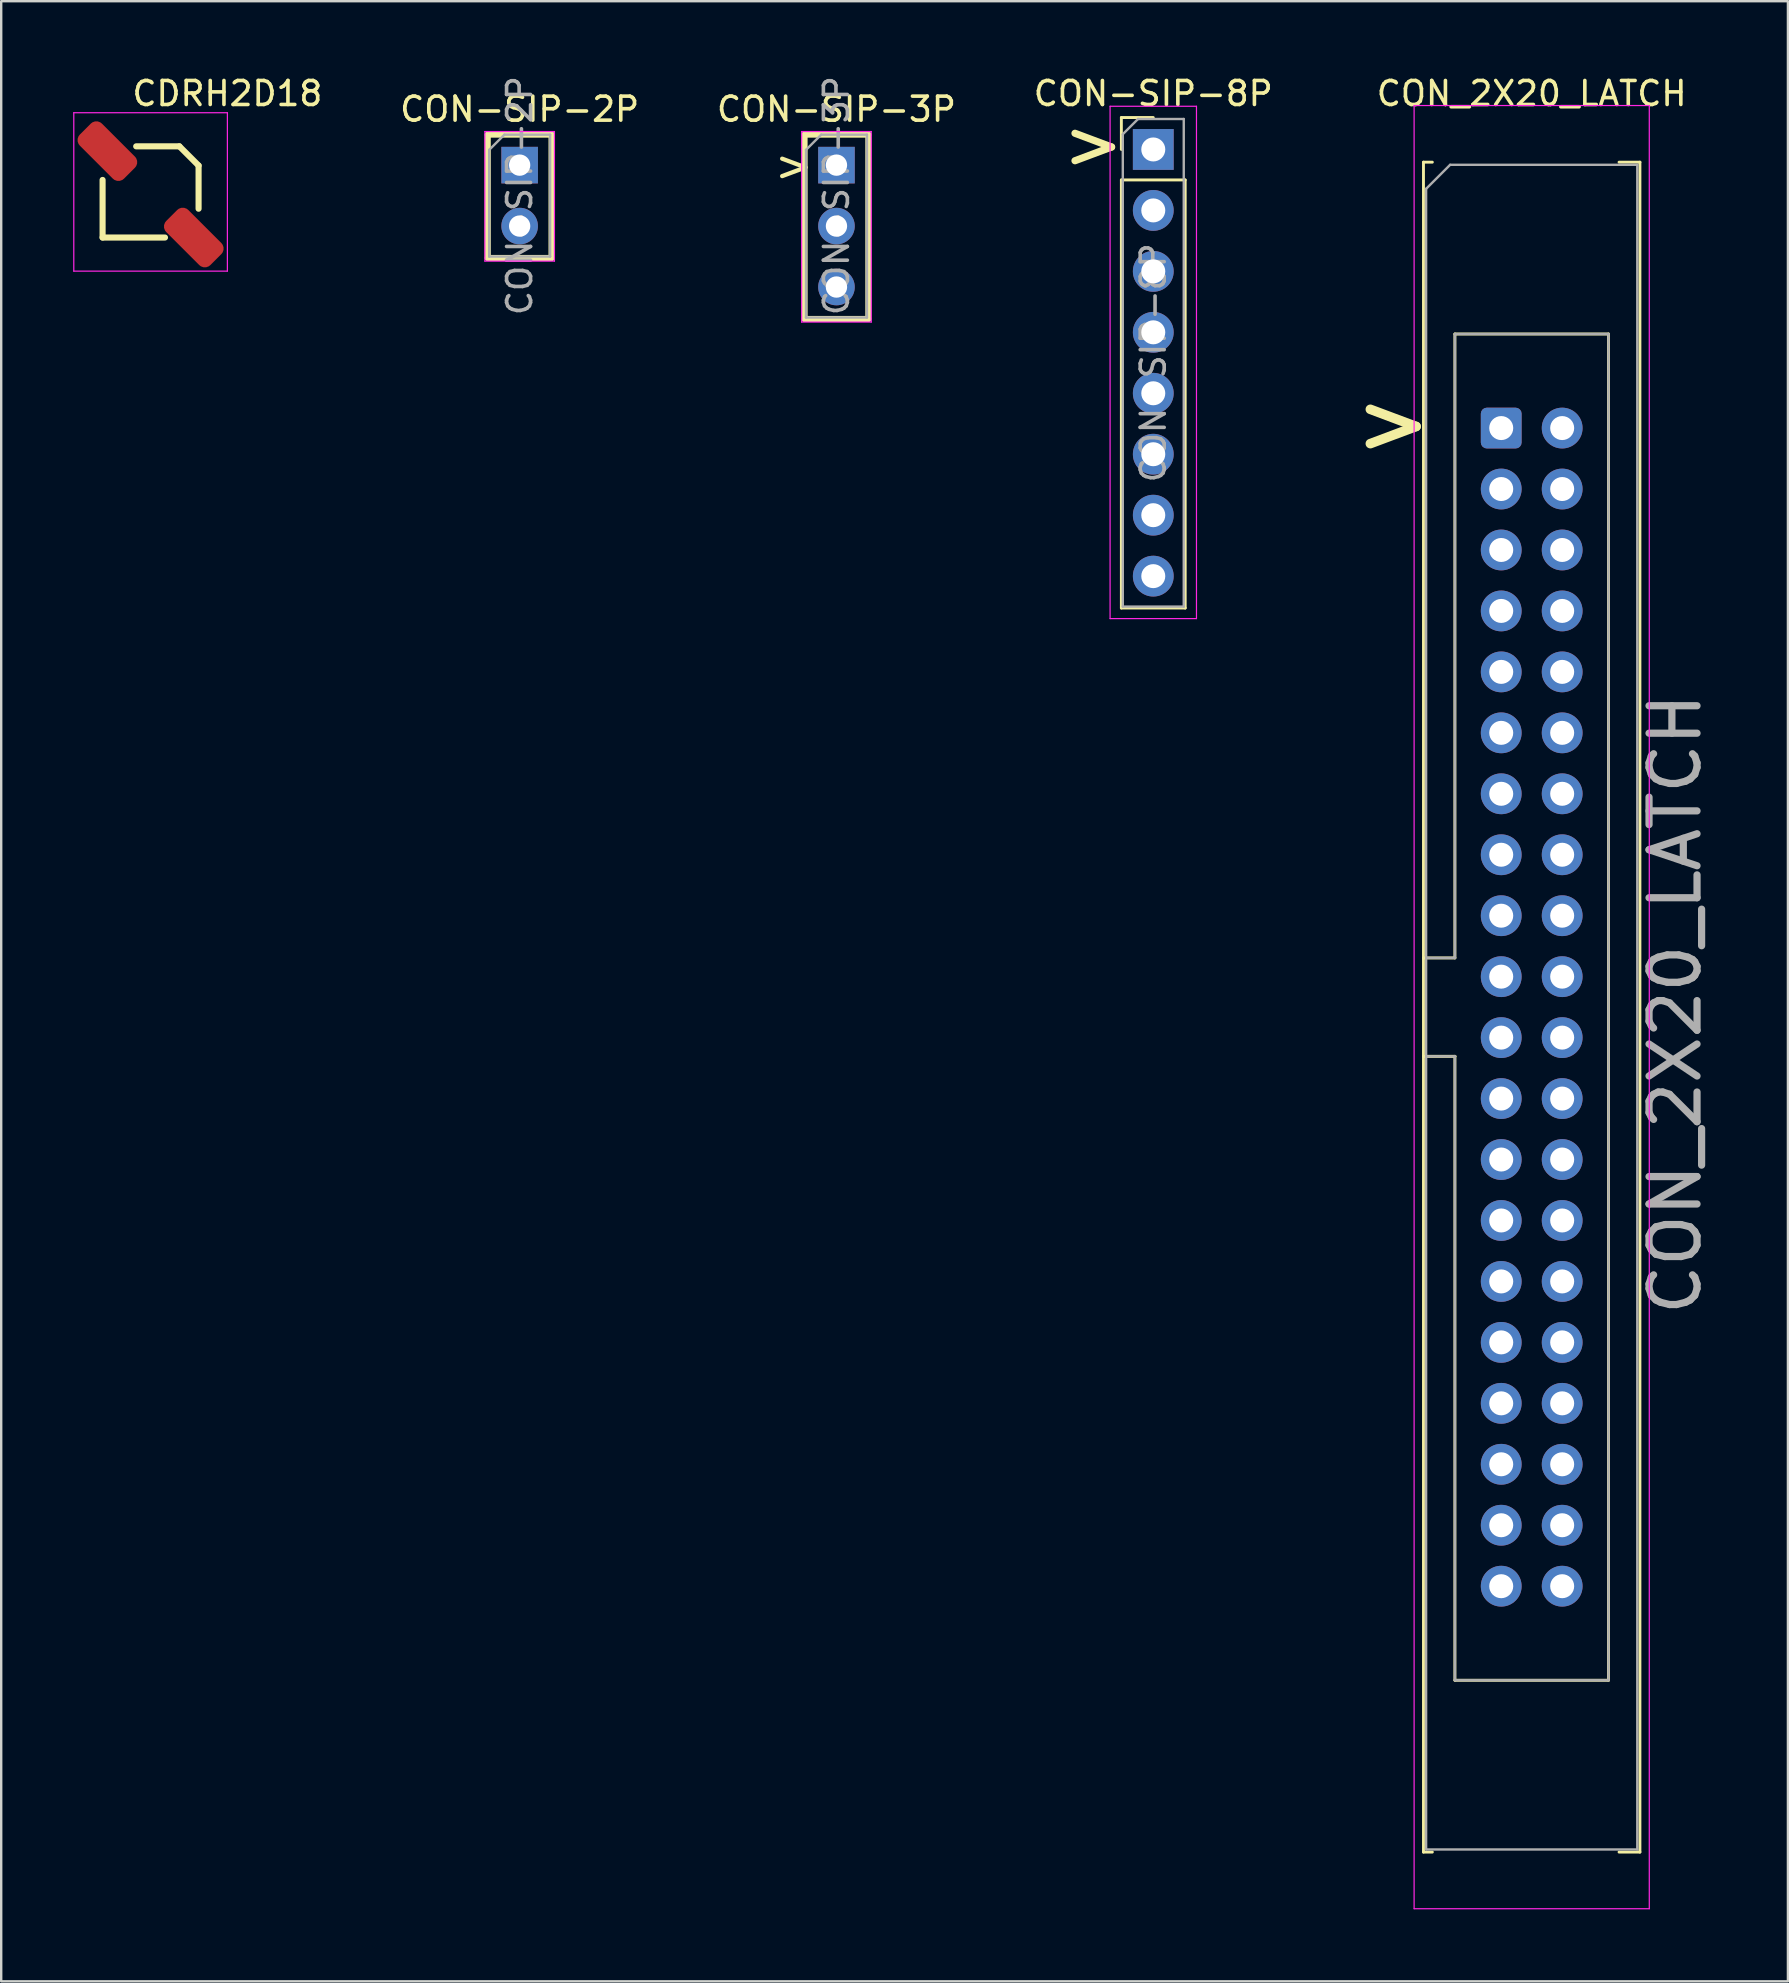
<source format=kicad_pcb>
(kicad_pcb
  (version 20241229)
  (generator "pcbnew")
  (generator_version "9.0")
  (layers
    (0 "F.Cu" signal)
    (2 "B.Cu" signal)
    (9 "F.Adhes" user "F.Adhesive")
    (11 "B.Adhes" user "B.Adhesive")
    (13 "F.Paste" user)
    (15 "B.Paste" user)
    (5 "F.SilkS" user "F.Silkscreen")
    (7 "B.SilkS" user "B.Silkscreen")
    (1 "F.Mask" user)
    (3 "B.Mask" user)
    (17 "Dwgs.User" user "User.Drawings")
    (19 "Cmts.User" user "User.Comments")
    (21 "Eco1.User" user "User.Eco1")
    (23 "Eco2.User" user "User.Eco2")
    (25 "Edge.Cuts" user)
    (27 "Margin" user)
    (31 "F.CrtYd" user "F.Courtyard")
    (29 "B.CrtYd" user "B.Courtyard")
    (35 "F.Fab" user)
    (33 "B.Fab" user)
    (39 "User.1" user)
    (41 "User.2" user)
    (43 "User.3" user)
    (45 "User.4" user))
  (footprint "CON-SIP-8P"
    (layer "F.Cu")
    (at 45.008 3.178)
    (property "Reference" "CON-SIP-8P" (at 0 -2.33 0) (layer "F.SilkS") (effects (font (size 1 1) (thickness 0.15))))
    (attr through_hole)
    (fp_line (start -1.33 -1.33) (end 0 -1.33) (stroke (width 0.12) (type solid)) (layer "F.SilkS"))
    (fp_line (start -1.33 0) (end -1.33 -1.33) (stroke (width 0.12) (type solid)) (layer "F.SilkS"))
    (fp_line (start -1.33 1.27) (end -1.33 19.11) (stroke (width 0.12) (type solid)) (layer "F.SilkS"))
    (fp_line (start -1.33 1.27) (end 1.33 1.27) (stroke (width 0.12) (type solid)) (layer "F.SilkS"))
    (fp_line (start -1.33 19.11) (end 1.33 19.11) (stroke (width 0.12) (type solid)) (layer "F.SilkS"))
    (fp_line (start 1.33 1.27) (end 1.33 19.11) (stroke (width 0.12) (type solid)) (layer "F.SilkS"))
    (fp_line (start -1.8 -1.8) (end -1.8 19.55) (stroke (width 0.05) (type solid)) (layer "F.CrtYd"))
    (fp_line (start -1.8 19.55) (end 1.8 19.55) (stroke (width 0.05) (type solid)) (layer "F.CrtYd"))
    (fp_line (start 1.8 -1.8) (end -1.8 -1.8) (stroke (width 0.05) (type solid)) (layer "F.CrtYd"))
    (fp_line (start 1.8 19.55) (end 1.8 -1.8) (stroke (width 0.05) (type solid)) (layer "F.CrtYd"))
    (fp_line (start -1.27 -0.635) (end -0.635 -1.27) (stroke (width 0.1) (type solid)) (layer "F.Fab"))
    (fp_line (start -1.27 19.05) (end -1.27 -0.635) (stroke (width 0.1) (type solid)) (layer "F.Fab"))
    (fp_line (start -0.635 -1.27) (end 1.27 -1.27) (stroke (width 0.1) (type solid)) (layer "F.Fab"))
    (fp_line (start 1.27 -1.27) (end 1.27 19.05) (stroke (width 0.1) (type solid)) (layer "F.Fab"))
    (fp_line (start 1.27 19.05) (end -1.27 19.05) (stroke (width 0.1) (type solid)) (layer "F.Fab"))
    (fp_text user ">" (at -2.5 -0.25 0) (unlocked yes) (layer "F.SilkS") (effects (font (size 2 2) (thickness 0.3))))
    (fp_text user "${REFERENCE}" (at 0 8.89 90) (layer "F.Fab") (effects (font (size 1 1) (thickness 0.15))))
    (pad "1" thru_hole rect (at 0 0) (size 1.7 1.7) (drill 1) (layers "*.Cu" "*.Mask"))
    (pad "2" thru_hole oval (at 0 2.54) (size 1.7 1.7) (drill 1) (layers "*.Cu" "*.Mask"))
    (pad "3" thru_hole oval (at 0 5.08) (size 1.7 1.7) (drill 1) (layers "*.Cu" "*.Mask"))
    (pad "4" thru_hole oval (at 0 7.62) (size 1.7 1.7) (drill 1) (layers "*.Cu" "*.Mask"))
    (pad "5" thru_hole oval (at 0 10.16) (size 1.7 1.7) (drill 1) (layers "*.Cu" "*.Mask"))
    (pad "6" thru_hole oval (at 0 12.7) (size 1.7 1.7) (drill 1) (layers "*.Cu" "*.Mask"))
    (pad "7" thru_hole oval (at 0 15.24) (size 1.7 1.7) (drill 1) (layers "*.Cu" "*.Mask"))
    (pad "8" thru_hole oval (at 0 17.78) (size 1.7 1.7) (drill 1) (layers "*.Cu" "*.Mask")))
  (footprint "CON-SIP-2P"
    (layer "F.Cu")
    (at 18.604 3.831)
    (property "Reference" "CON-SIP-2P" (at 0 -2.33 0) (layer "F.SilkS") (effects (font (size 1 1) (thickness 0.15))))
    (attr through_hole)
    (fp_line (start -1.33 -1.27) (end -1.33 3.87) (stroke (width 0.254) (type solid)) (layer "F.SilkS"))
    (fp_line (start -1.33 -1.27) (end 1.33 -1.27) (stroke (width 0.254) (type solid)) (layer "F.SilkS"))
    (fp_line (start -1.33 3.87) (end 1.33 3.87) (stroke (width 0.254) (type solid)) (layer "F.SilkS"))
    (fp_line (start 1.33 -1.27) (end 1.33 3.87) (stroke (width 0.254) (type solid)) (layer "F.SilkS"))
    (fp_line (start -1.45 -1.4) (end -1.45 4) (stroke (width 0.05) (type solid)) (layer "F.CrtYd"))
    (fp_line (start -1.45 4) (end 1.45 4) (stroke (width 0.05) (type solid)) (layer "F.CrtYd"))
    (fp_line (start 1.45 -1.4) (end -1.45 -1.4) (stroke (width 0.05) (type solid)) (layer "F.CrtYd"))
    (fp_line (start 1.45 4) (end 1.45 -1.4) (stroke (width 0.05) (type solid)) (layer "F.CrtYd"))
    (fp_line (start -1.27 -0.635) (end -0.635 -1.27) (stroke (width 0.1) (type solid)) (layer "F.Fab"))
    (fp_line (start -1.27 3.81) (end -1.27 -0.635) (stroke (width 0.1) (type solid)) (layer "F.Fab"))
    (fp_line (start -0.635 -1.27) (end 1.27 -1.27) (stroke (width 0.1) (type solid)) (layer "F.Fab"))
    (fp_line (start 1.27 -1.27) (end 1.27 3.81) (stroke (width 0.1) (type solid)) (layer "F.Fab"))
    (fp_line (start 1.27 3.81) (end -1.27 3.81) (stroke (width 0.1) (type solid)) (layer "F.Fab"))
    (fp_text user "${REFERENCE}" (at 0 1.27 90) (layer "F.Fab") (effects (font (size 1 1) (thickness 0.15))))
    (pad "1" thru_hole rect (at 0 0) (size 1.524 1.524) (drill 0.889) (layers "*.Cu" "*.Mask"))
    (pad "2" thru_hole oval (at 0 2.54) (size 1.524 1.524) (drill 0.889) (layers "*.Cu" "*.Mask")))
  (footprint "CDRH2D18"
    (layer "F.Cu")
    (at 5.825 9.248)
    (property "Reference" "CDRH2D18" (at 0.6 -8.4 0) (unlocked yes) (layer "F.SilkS") (effects (font (size 1 1) (thickness 0.15))))
    (attr smd)
    (fp_line (start -4.6 -4.8) (end -4.6 -2.4) (stroke (width 0.254) (type solid)) (layer "F.SilkS"))
    (fp_line (start -4.6 -2.4) (end -2 -2.4) (stroke (width 0.254) (type solid)) (layer "F.SilkS"))
    (fp_line (start -1.4 -6.2) (end -3.2 -6.2) (stroke (width 0.254) (type solid)) (layer "F.SilkS"))
    (fp_line (start -0.6 -5.4) (end -1.4 -6.2) (stroke (width 0.254) (type solid)) (layer "F.SilkS"))
    (fp_line (start -0.6 -3.6) (end -0.6 -5.4) (stroke (width 0.254) (type solid)) (layer "F.SilkS"))
    (fp_line (start -5.8 -7.6) (end 0.6 -7.6) (stroke (width 0.05) (type solid)) (layer "F.CrtYd"))
    (fp_line (start -5.8 -1) (end -5.8 -7.6) (stroke (width 0.05) (type solid)) (layer "F.CrtYd"))
    (fp_line (start 0.6 -7.6) (end 0.6 -1) (stroke (width 0.05) (type solid)) (layer "F.CrtYd"))
    (fp_line (start 0.6 -1) (end -5.8 -1) (stroke (width 0.05) (type solid)) (layer "F.CrtYd"))
    (pad "1" smd roundrect (at -4.4 -6 315) (size 2.6 1.3) (layers "F.Cu" "F.Mask" "F.Paste") (roundrect_rratio 0.25))
    (pad "2" smd roundrect (at -0.8 -2.4 315) (size 2.6 1.3) (layers "F.Cu" "F.Mask" "F.Paste") (roundrect_rratio 0.25)))
  (footprint "CON-SIP-3P"
    (layer "F.Cu")
    (at 31.806 3.831)
    (property "Reference" "CON-SIP-3P" (at 0 -2.33 0) (layer "F.SilkS") (effects (font (size 1 1) (thickness 0.15))))
    (attr through_hole)
    (fp_line (start -1.33 -1.27) (end -1.33 6.41) (stroke (width 0.254) (type solid)) (layer "F.SilkS"))
    (fp_line (start -1.33 -1.27) (end 1.33 -1.27) (stroke (width 0.254) (type solid)) (layer "F.SilkS"))
    (fp_line (start -1.33 6.41) (end 1.33 6.41) (stroke (width 0.254) (type solid)) (layer "F.SilkS"))
    (fp_line (start 1.33 -1.27) (end 1.33 6.41) (stroke (width 0.254) (type solid)) (layer "F.SilkS"))
    (fp_line (start -1.45 -1.4) (end -1.45 6.54) (stroke (width 0.05) (type solid)) (layer "F.CrtYd"))
    (fp_line (start -1.45 6.54) (end 1.45 6.54) (stroke (width 0.05) (type solid)) (layer "F.CrtYd"))
    (fp_line (start 1.45 -1.4) (end -1.45 -1.4) (stroke (width 0.05) (type solid)) (layer "F.CrtYd"))
    (fp_line (start 1.45 6.54) (end 1.45 -1.4) (stroke (width 0.05) (type solid)) (layer "F.CrtYd"))
    (fp_line (start -1.27 -0.635) (end -0.635 -1.27) (stroke (width 0.1) (type solid)) (layer "F.Fab"))
    (fp_line (start -1.27 6.35) (end -1.27 -0.635) (stroke (width 0.1) (type solid)) (layer "F.Fab"))
    (fp_line (start -0.635 -1.27) (end 1.27 -1.27) (stroke (width 0.1) (type solid)) (layer "F.Fab"))
    (fp_line (start 1.27 -1.27) (end 1.27 6.35) (stroke (width 0.1) (type solid)) (layer "F.Fab"))
    (fp_line (start 1.27 6.35) (end -1.27 6.35) (stroke (width 0.1) (type solid)) (layer "F.Fab"))
    (fp_text user ">" (at -1.778 0 0) (unlocked yes) (layer "F.SilkS") (effects (font (size 1.27 1.27) (thickness 0.178))))
    (fp_text user "${REFERENCE}" (at 0 1.27 90) (layer "F.Fab") (effects (font (size 1 1) (thickness 0.15))))
    (pad "1" thru_hole rect (at 0 0) (size 1.524 1.524) (drill 0.889) (layers "*.Cu" "*.Mask"))
    (pad "2" thru_hole oval (at 0 2.54) (size 1.524 1.524) (drill 0.889) (layers "*.Cu" "*.Mask"))
    (pad "3" thru_hole oval (at 0 5.08) (size 1.524 1.524) (drill 0.889) (layers "*.Cu" "*.Mask")))
  (footprint "CON_2X20_LATCH"
    (layer "F.Cu")
    (at 59.507 14.788)
    (property "Reference" "CON_2X20_LATCH" (at 1.27 -13.94 0) (layer "F.SilkS") (effects (font (size 1 1) (thickness 0.15))))
    (attr through_hole)
    (fp_line (start -3.24 -11.08) (end -3.24 59.34) (stroke (width 0.12) (type solid)) (layer "F.SilkS"))
    (fp_line (start -3.24 22.08) (end -1.93 22.08) (stroke (width 0.12) (type solid)) (layer "F.SilkS"))
    (fp_line (start -3.24 59.34) (end -2.87 59.34) (stroke (width 0.12) (type solid)) (layer "F.SilkS"))
    (fp_line (start -2.87 -11.08) (end -3.24 -11.08) (stroke (width 0.12) (type solid)) (layer "F.SilkS"))
    (fp_line (start -1.93 -3.92) (end 4.47 -3.92) (stroke (width 0.12) (type solid)) (layer "F.SilkS"))
    (fp_line (start -1.93 22.08) (end -1.93 -3.92) (stroke (width 0.12) (type solid)) (layer "F.SilkS"))
    (fp_line (start -1.93 26.18) (end -3.24 26.18) (stroke (width 0.12) (type solid)) (layer "F.SilkS"))
    (fp_line (start -1.93 26.18) (end -1.93 26.18) (stroke (width 0.12) (type solid)) (layer "F.SilkS"))
    (fp_line (start -1.93 52.18) (end -1.93 26.18) (stroke (width 0.12) (type solid)) (layer "F.SilkS"))
    (fp_line (start 4.47 -3.92) (end 4.47 52.18) (stroke (width 0.12) (type solid)) (layer "F.SilkS"))
    (fp_line (start 4.47 52.18) (end -1.93 52.18) (stroke (width 0.12) (type solid)) (layer "F.SilkS"))
    (fp_line (start 4.91 -11.08) (end 5.78 -11.08) (stroke (width 0.12) (type solid)) (layer "F.SilkS"))
    (fp_line (start 5.78 -11.08) (end 5.78 59.34) (stroke (width 0.12) (type solid)) (layer "F.SilkS"))
    (fp_line (start 5.78 59.34) (end 4.91 59.34) (stroke (width 0.12) (type solid)) (layer "F.SilkS"))
    (fp_line (start -3.63 -13.44) (end -3.63 61.7) (stroke (width 0.05) (type solid)) (layer "F.CrtYd"))
    (fp_line (start -3.63 61.7) (end 6.17 61.7) (stroke (width 0.05) (type solid)) (layer "F.CrtYd"))
    (fp_line (start 6.17 -13.44) (end -3.63 -13.44) (stroke (width 0.05) (type solid)) (layer "F.CrtYd"))
    (fp_line (start 6.17 61.7) (end 6.17 -13.44) (stroke (width 0.05) (type solid)) (layer "F.CrtYd"))
    (fp_line (start -3.13 -9.97) (end -2.13 -10.97) (stroke (width 0.1) (type solid)) (layer "F.Fab"))
    (fp_line (start -3.13 22.08) (end -1.93 22.08) (stroke (width 0.1) (type solid)) (layer "F.Fab"))
    (fp_line (start -3.13 59.23) (end -3.13 -9.97) (stroke (width 0.1) (type solid)) (layer "F.Fab"))
    (fp_line (start -2.13 -10.97) (end 5.67 -10.97) (stroke (width 0.1) (type solid)) (layer "F.Fab"))
    (fp_line (start -1.93 -3.92) (end 4.47 -3.92) (stroke (width 0.1) (type solid)) (layer "F.Fab"))
    (fp_line (start -1.93 22.08) (end -1.93 -3.92) (stroke (width 0.1) (type solid)) (layer "F.Fab"))
    (fp_line (start -1.93 26.18) (end -3.13 26.18) (stroke (width 0.1) (type solid)) (layer "F.Fab"))
    (fp_line (start -1.93 26.18) (end -1.93 26.18) (stroke (width 0.1) (type solid)) (layer "F.Fab"))
    (fp_line (start -1.93 52.18) (end -1.93 26.18) (stroke (width 0.1) (type solid)) (layer "F.Fab"))
    (fp_line (start 4.47 -3.92) (end 4.47 52.18) (stroke (width 0.1) (type solid)) (layer "F.Fab"))
    (fp_line (start 4.47 52.18) (end -1.93 52.18) (stroke (width 0.1) (type solid)) (layer "F.Fab"))
    (fp_line (start 5.67 -10.97) (end 5.67 59.23) (stroke (width 0.1) (type solid)) (layer "F.Fab"))
    (fp_line (start 5.67 59.23) (end -3.13 59.23) (stroke (width 0.1) (type solid)) (layer "F.Fab"))
    (fp_text user ">" (at -4.5 -0.25 0) (unlocked yes) (layer "F.SilkS") (effects (font (size 2.5 2.5) (thickness 0.4))))
    (fp_text user "${REFERENCE}" (at 7.25 24 90) (layer "F.Fab") (effects (font (size 2 2) (thickness 0.3))))
    (pad "1" thru_hole roundrect (at 0 0) (size 1.7 1.7) (drill 1) (layers "*.Cu" "*.Mask") (roundrect_rratio 0.147))
    (pad "2" thru_hole circle (at 2.54 0) (size 1.7 1.7) (drill 1) (layers "*.Cu" "*.Mask"))
    (pad "3" thru_hole circle (at 0 2.54) (size 1.7 1.7) (drill 1) (layers "*.Cu" "*.Mask"))
    (pad "4" thru_hole circle (at 2.54 2.54) (size 1.7 1.7) (drill 1) (layers "*.Cu" "*.Mask"))
    (pad "5" thru_hole circle (at 0 5.08) (size 1.7 1.7) (drill 1) (layers "*.Cu" "*.Mask"))
    (pad "6" thru_hole circle (at 2.54 5.08) (size 1.7 1.7) (drill 1) (layers "*.Cu" "*.Mask"))
    (pad "7" thru_hole circle (at 0 7.62) (size 1.7 1.7) (drill 1) (layers "*.Cu" "*.Mask"))
    (pad "8" thru_hole circle (at 2.54 7.62) (size 1.7 1.7) (drill 1) (layers "*.Cu" "*.Mask"))
    (pad "9" thru_hole circle (at 0 10.16) (size 1.7 1.7) (drill 1) (layers "*.Cu" "*.Mask"))
    (pad "10" thru_hole circle (at 2.54 10.16) (size 1.7 1.7) (drill 1) (layers "*.Cu" "*.Mask"))
    (pad "11" thru_hole circle (at 0 12.7) (size 1.7 1.7) (drill 1) (layers "*.Cu" "*.Mask"))
    (pad "12" thru_hole circle (at 2.54 12.7) (size 1.7 1.7) (drill 1) (layers "*.Cu" "*.Mask"))
    (pad "13" thru_hole circle (at 0 15.24) (size 1.7 1.7) (drill 1) (layers "*.Cu" "*.Mask"))
    (pad "14" thru_hole circle (at 2.54 15.24) (size 1.7 1.7) (drill 1) (layers "*.Cu" "*.Mask"))
    (pad "15" thru_hole circle (at 0 17.78) (size 1.7 1.7) (drill 1) (layers "*.Cu" "*.Mask"))
    (pad "16" thru_hole circle (at 2.54 17.78) (size 1.7 1.7) (drill 1) (layers "*.Cu" "*.Mask"))
    (pad "17" thru_hole circle (at 0 20.32) (size 1.7 1.7) (drill 1) (layers "*.Cu" "*.Mask"))
    (pad "18" thru_hole circle (at 2.54 20.32) (size 1.7 1.7) (drill 1) (layers "*.Cu" "*.Mask"))
    (pad "19" thru_hole circle (at 0 22.86) (size 1.7 1.7) (drill 1) (layers "*.Cu" "*.Mask"))
    (pad "20" thru_hole circle (at 2.54 22.86) (size 1.7 1.7) (drill 1) (layers "*.Cu" "*.Mask"))
    (pad "21" thru_hole circle (at 0 25.4) (size 1.7 1.7) (drill 1) (layers "*.Cu" "*.Mask"))
    (pad "22" thru_hole circle (at 2.54 25.4) (size 1.7 1.7) (drill 1) (layers "*.Cu" "*.Mask"))
    (pad "23" thru_hole circle (at 0 27.94) (size 1.7 1.7) (drill 1) (layers "*.Cu" "*.Mask"))
    (pad "24" thru_hole circle (at 2.54 27.94) (size 1.7 1.7) (drill 1) (layers "*.Cu" "*.Mask"))
    (pad "25" thru_hole circle (at 0 30.48) (size 1.7 1.7) (drill 1) (layers "*.Cu" "*.Mask"))
    (pad "26" thru_hole circle (at 2.54 30.48) (size 1.7 1.7) (drill 1) (layers "*.Cu" "*.Mask"))
    (pad "27" thru_hole circle (at 0 33.02) (size 1.7 1.7) (drill 1) (layers "*.Cu" "*.Mask"))
    (pad "28" thru_hole circle (at 2.54 33.02) (size 1.7 1.7) (drill 1) (layers "*.Cu" "*.Mask"))
    (pad "29" thru_hole circle (at 0 35.56) (size 1.7 1.7) (drill 1) (layers "*.Cu" "*.Mask"))
    (pad "30" thru_hole circle (at 2.54 35.56) (size 1.7 1.7) (drill 1) (layers "*.Cu" "*.Mask"))
    (pad "31" thru_hole circle (at 0 38.1) (size 1.7 1.7) (drill 1) (layers "*.Cu" "*.Mask"))
    (pad "32" thru_hole circle (at 2.54 38.1) (size 1.7 1.7) (drill 1) (layers "*.Cu" "*.Mask"))
    (pad "33" thru_hole circle (at 0 40.64) (size 1.7 1.7) (drill 1) (layers "*.Cu" "*.Mask"))
    (pad "34" thru_hole circle (at 2.54 40.64) (size 1.7 1.7) (drill 1) (layers "*.Cu" "*.Mask"))
    (pad "35" thru_hole circle (at 0 43.18) (size 1.7 1.7) (drill 1) (layers "*.Cu" "*.Mask"))
    (pad "36" thru_hole circle (at 2.54 43.18) (size 1.7 1.7) (drill 1) (layers "*.Cu" "*.Mask"))
    (pad "37" thru_hole circle (at 0 45.72) (size 1.7 1.7) (drill 1) (layers "*.Cu" "*.Mask"))
    (pad "38" thru_hole circle (at 2.54 45.72) (size 1.7 1.7) (drill 1) (layers "*.Cu" "*.Mask"))
    (pad "39" thru_hole circle (at 0 48.26) (size 1.7 1.7) (drill 1) (layers "*.Cu" "*.Mask"))
    (pad "40" thru_hole circle (at 2.54 48.26) (size 1.7 1.7) (drill 1) (layers "*.Cu" "*.Mask")))
  (gr_rect
    (start -3 -3)
    (end 71.454 79.513)
    (stroke (width 0.1) (type default))
    (fill no)
    (layer "Edge.Cuts")))
</source>
